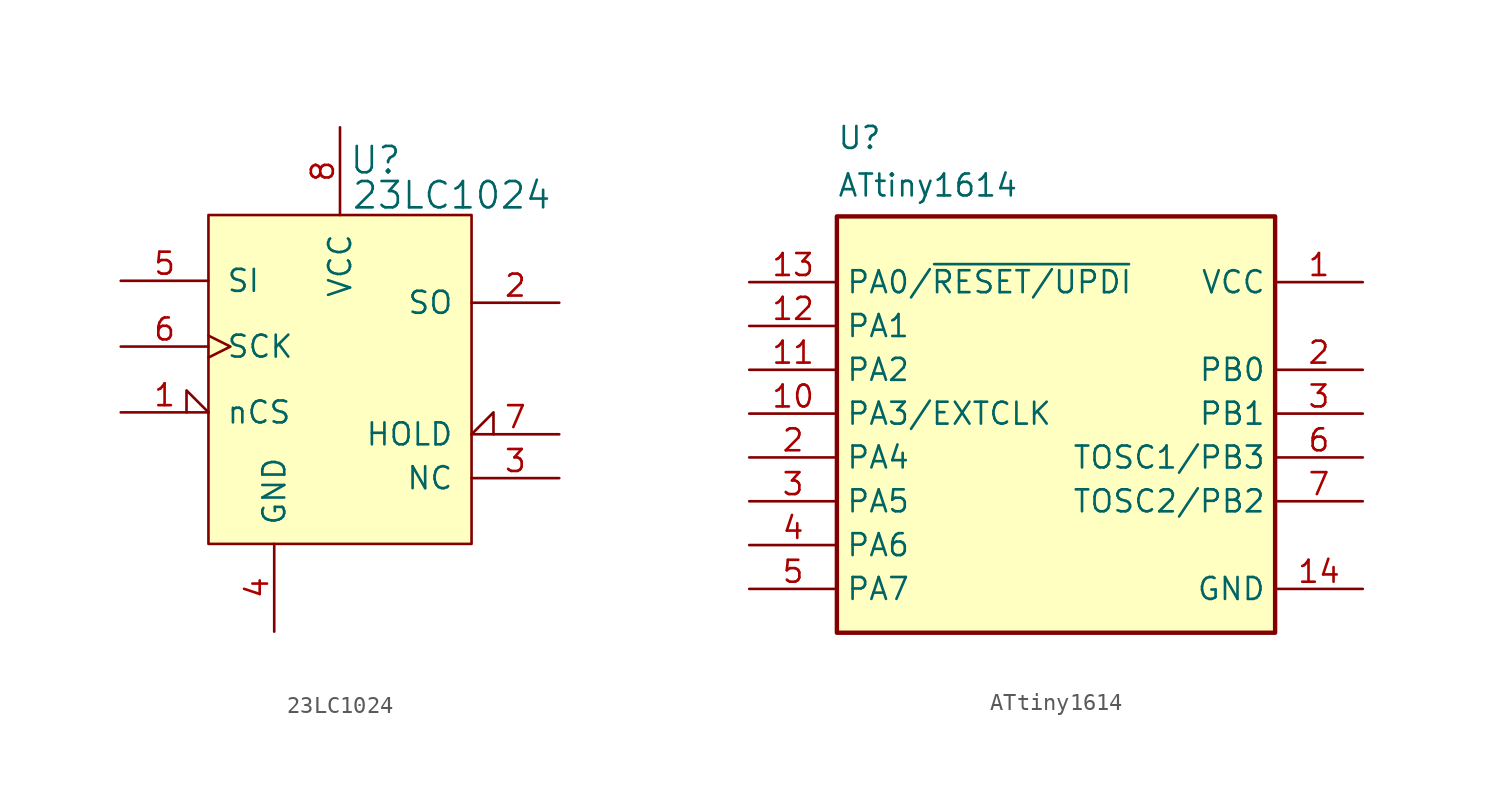
<source format=kicad_sym>
(kicad_symbol_lib
  (version 20211014)
  (generator kicad_symbol_editor)
  (symbol "23LC1024"
    (pin_names
      (offset 1.016))
    (property "Reference" "U"
      (at 4.318 9.525 0)
      (effects (font (size 1.524 1.524)) (justify left)))
    (property "Value" "23LC1024"
      (at 4.445 7.493 0)
      (effects (font (size 1.524 1.524)) (justify left)))
    (symbol "23LC1024_0_1"
      (rectangle (start 11.43 -12.7) (end -3.81 6.35) (stroke (width 0) (type default)) (fill (type background))))
    (symbol "23LC1024_1_1"
      (pin input input_low (at -8.89 -5.08 0) (length 5.08) (name "nCS" (effects (font (size 1.27 1.27)))) (number "1" (effects (font (size 1.27 1.27)))))
      (pin output line (at 16.51 1.27 180) (length 5.08) (name "SO" (effects (font (size 1.27 1.27)))) (number "2" (effects (font (size 1.27 1.27)))))
      (pin passive line (at 16.51 -8.89 180) (length 5.08) (name "NC" (effects (font (size 1.27 1.27)))) (number "3" (effects (font (size 1.27 1.27)))))
      (pin power_in line (at 0 -17.78 90) (length 5.08) (name "GND" (effects (font (size 1.27 1.27)))) (number "4" (effects (font (size 1.27 1.27)))))
      (pin input line (at -8.89 2.54 0) (length 5.08) (name "SI" (effects (font (size 1.27 1.27)))) (number "5" (effects (font (size 1.27 1.27)))))
      (pin input clock (at -8.89 -1.27 0) (length 5.08) (name "SCK" (effects (font (size 1.27 1.27)))) (number "6" (effects (font (size 1.27 1.27)))))
      (pin input input_low (at 16.51 -6.35 180) (length 5.08) (name "HOLD" (effects (font (size 1.27 1.27)))) (number "7" (effects (font (size 1.27 1.27)))))
      (pin power_in line (at 3.81 11.43 270) (length 5.08) (name "VCC" (effects (font (size 1.27 1.27)))) (number "8" (effects (font (size 1.27 1.27)))))))
  (symbol "ATtiny1614"
    (property "Reference" "U"
      (at -12.7 13.97 0)
      (effects (font (size 1.27 1.27)) (justify left bottom)))
    (property "Value" "ATtiny1614"
      (at -12.7 12.7 0)
      (effects (font (size 1.27 1.27)) (justify left top)))
    (symbol "ATtiny1614_0_1"
      (rectangle (start -12.7 -13.97) (end 12.7 10.16) (stroke (width 0.254) (type default)) (fill (type background))))
    (symbol "ATtiny1614_1_1"
      (pin power_in line (at 17.78 6.35 180) (length 5.08) (name "VCC" (effects (font (size 1.27 1.27)))) (number "1" (effects (font (size 1.27 1.27)))))
      (pin tri_state line (at -17.78 -1.27 0) (length 5.08) (name "PA3/EXTCLK" (effects (font (size 1.27 1.27)))) (number "10" (effects (font (size 1.27 1.27)))))
      (pin tri_state line (at -17.78 1.27 0) (length 5.08) (name "PA2" (effects (font (size 1.27 1.27)))) (number "11" (effects (font (size 1.27 1.27)))))
      (pin tri_state line (at -17.78 3.81 0) (length 5.08) (name "PA1" (effects (font (size 1.27 1.27)))) (number "12" (effects (font (size 1.27 1.27)))))
      (pin tri_state line (at -17.78 6.35 0) (length 5.08) (name "PA0/~{RESET/UPDI}" (effects (font (size 1.27 1.27)))) (number "13" (effects (font (size 1.27 1.27)))))
      (pin power_in line (at 17.78 -11.43 180) (length 5.08) (name "GND" (effects (font (size 1.27 1.27)))) (number "14" (effects (font (size 1.27 1.27)))))
      (pin tri_state line (at -17.78 -3.81 0) (length 5.08) (name "PA4" (effects (font (size 1.27 1.27)))) (number "2" (effects (font (size 1.27 1.27)))))
      (pin tri_state line (at 17.78 1.27 180) (length 5.08) (name "PB0" (effects (font (size 1.27 1.27)))) (number "2" (effects (font (size 1.27 1.27)))))
      (pin tri_state line (at -17.78 -6.35 0) (length 5.08) (name "PA5" (effects (font (size 1.27 1.27)))) (number "3" (effects (font (size 1.27 1.27)))))
      (pin tri_state line (at 17.78 -1.27 180) (length 5.08) (name "PB1" (effects (font (size 1.27 1.27)))) (number "3" (effects (font (size 1.27 1.27)))))
      (pin tri_state line (at -17.78 -8.89 0) (length 5.08) (name "PA6" (effects (font (size 1.27 1.27)))) (number "4" (effects (font (size 1.27 1.27)))))
      (pin tri_state line (at -17.78 -11.43 0) (length 5.08) (name "PA7" (effects (font (size 1.27 1.27)))) (number "5" (effects (font (size 1.27 1.27)))))
      (pin tri_state line (at 17.78 -3.81 180) (length 5.08) (name "TOSC1/PB3" (effects (font (size 1.27 1.27)))) (number "6" (effects (font (size 1.27 1.27)))))
      (pin tri_state line (at 17.78 -6.35 180) (length 5.08) (name "TOSC2/PB2" (effects (font (size 1.27 1.27)))) (number "7" (effects (font (size 1.27 1.27))))))))
</source>
